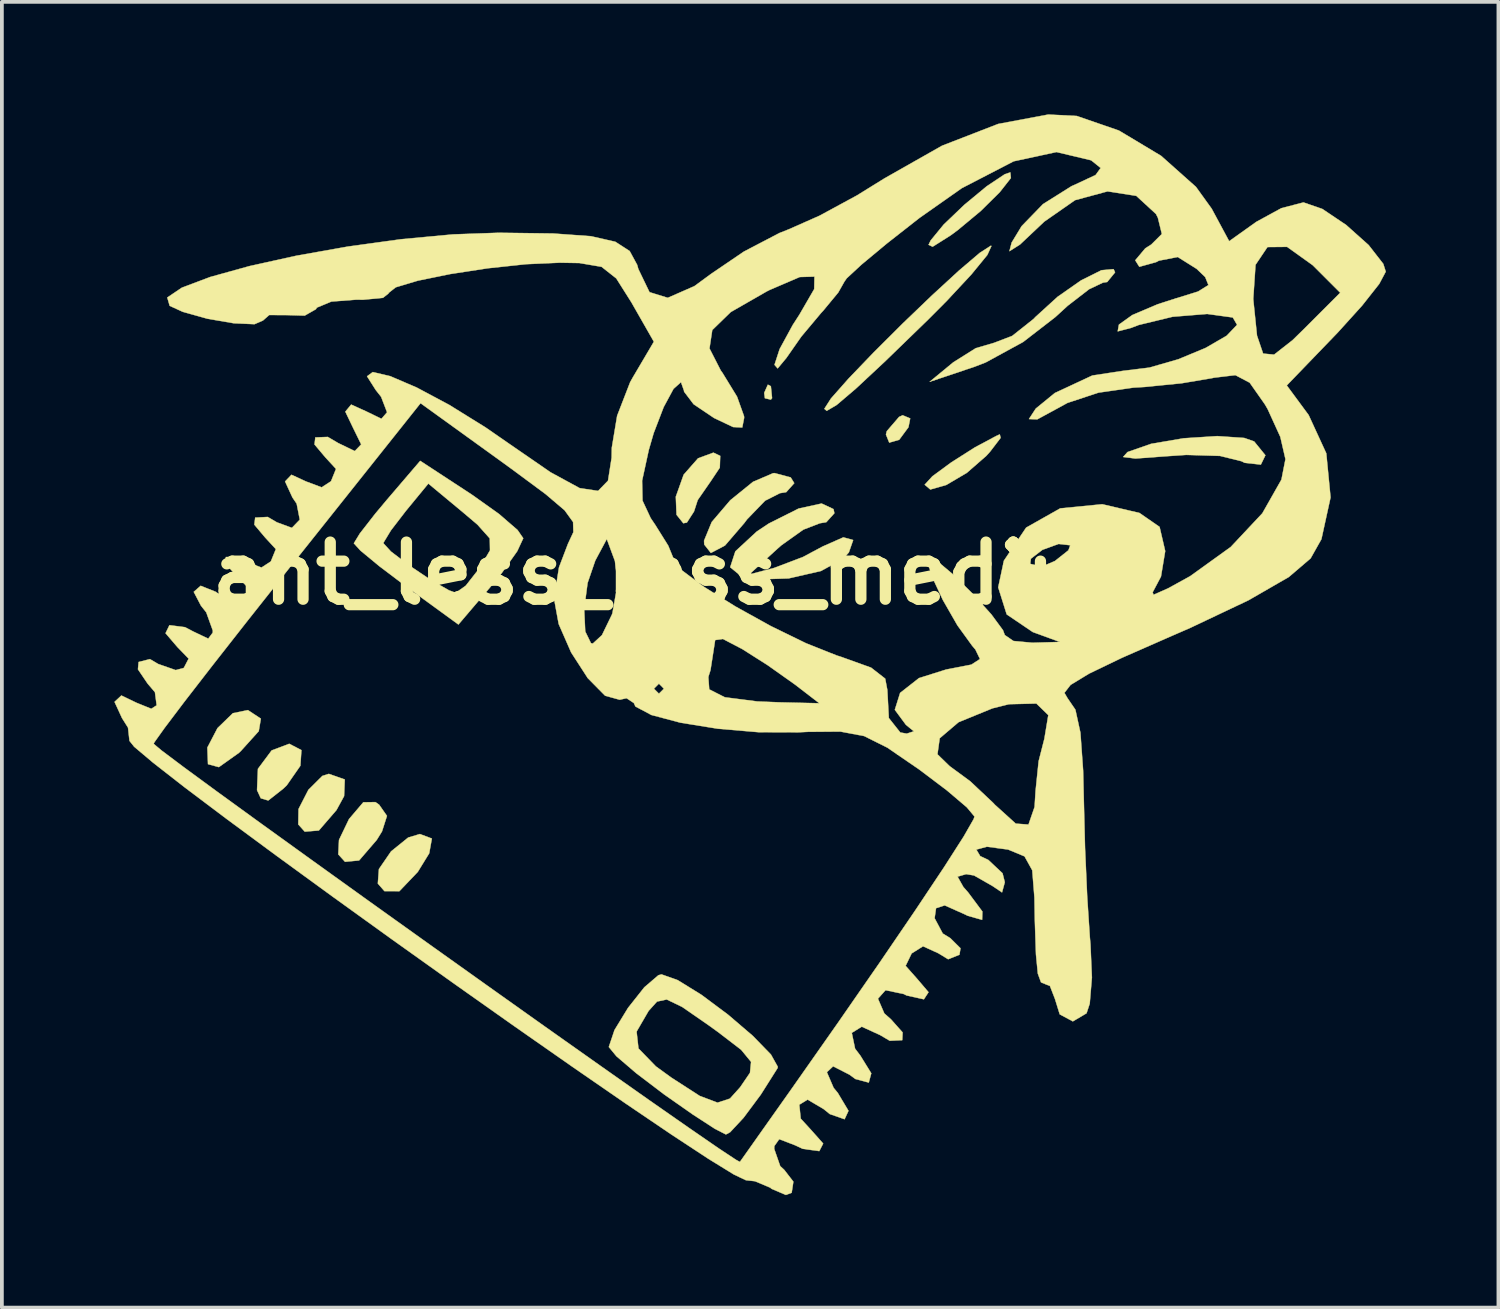
<source format=kicad_pcb>
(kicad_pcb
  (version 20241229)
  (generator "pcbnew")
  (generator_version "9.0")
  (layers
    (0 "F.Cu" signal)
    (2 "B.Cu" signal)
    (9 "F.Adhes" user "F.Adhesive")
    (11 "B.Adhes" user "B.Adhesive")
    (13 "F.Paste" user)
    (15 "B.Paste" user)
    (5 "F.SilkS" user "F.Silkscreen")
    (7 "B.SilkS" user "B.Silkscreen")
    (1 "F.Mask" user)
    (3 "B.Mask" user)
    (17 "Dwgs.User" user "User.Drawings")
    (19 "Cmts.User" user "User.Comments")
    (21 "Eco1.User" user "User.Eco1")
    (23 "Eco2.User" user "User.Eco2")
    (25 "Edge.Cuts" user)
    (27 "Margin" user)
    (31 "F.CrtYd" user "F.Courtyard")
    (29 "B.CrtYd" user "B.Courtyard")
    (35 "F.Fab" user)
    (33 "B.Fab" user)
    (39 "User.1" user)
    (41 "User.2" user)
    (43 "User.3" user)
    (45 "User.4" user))
  (footprint "ant_less_less_medium"
    (layer "F.Cu")
    (at 15.192 12.242)
    (property "Reference" "ant_less_less_medium" (at 0 0 0) (layer "F.SilkS") (effects (font (size 1.524 1.524) (thickness 0.3))))
    (attr through_hole)
    (fp_poly (pts (xy 2.317 -4.991) (xy 2.349 -4.674) (xy 2.317 -4.634) (xy 2.158 -4.671) (xy 2.139 -4.813) (xy 2.237 -5.033) (xy 2.317 -4.991)) (stroke (width 0.01) (type solid)) (fill yes) (layer "F.SilkS"))
    (fp_poly (pts (xy 6.033 -4.133) (xy 5.987 -3.899) (xy 5.739 -3.563) (xy 5.474 -3.487) (xy 5.386 -3.705) (xy 5.409 -3.793) (xy 5.736 -4.173) (xy 5.832 -4.217) (xy 6.033 -4.133)) (stroke (width 0.01) (type solid)) (fill yes) (layer "F.SilkS"))
    (fp_poly (pts (xy -11.285 3.875) (xy -11.341 4.208) (xy -11.82 4.739) (xy -11.87 4.786) (xy -12.406 5.167) (xy -12.695 5.088) (xy -12.712 4.646) (xy -12.441 4.126) (xy -12.03 3.728) (xy -11.63 3.647) (xy -11.285 3.875)) (stroke (width 0.01) (type solid)) (fill yes) (layer "F.SilkS"))
    (fp_poly (pts (xy -10.203 4.714) (xy -10.231 5.13) (xy -10.594 5.652) (xy -10.689 5.743) (xy -11.088 6.057) (xy -11.287 5.998) (xy -11.387 5.781) (xy -11.363 5.213) (xy -10.997 4.722) (xy -10.528 4.545) (xy -10.203 4.714)) (stroke (width 0.01) (type solid)) (fill yes) (layer "F.SilkS"))
    (fp_poly (pts (xy -9.047 5.497) (xy -9.065 5.94) (xy -9.269 6.314) (xy -9.738 6.857) (xy -10.114 6.888) (xy -10.287 6.695) (xy -10.28 6.285) (xy -10.017 5.772) (xy -9.645 5.402) (xy -9.472 5.347) (xy -9.047 5.497)) (stroke (width 0.01) (type solid)) (fill yes) (layer "F.SilkS"))
    (fp_poly (pts (xy -6.724 7.072) (xy -6.795 7.466) (xy -7.1 7.962) (xy -7.591 8.476) (xy -7.989 8.474) (xy -8.165 8.272) (xy -8.136 7.886) (xy -7.812 7.414) (xy -7.355 7.045) (xy -7.044 6.952) (xy -6.724 7.072)) (stroke (width 0.01) (type solid)) (fill yes) (layer "F.SilkS"))
    (fp_poly (pts (xy -8.131 6.169) (xy -7.922 6.468) (xy -8.054 6.882) (xy -8.195 7.11) (xy -8.665 7.656) (xy -9.04 7.692) (xy -9.22 7.494) (xy -9.201 7.109) (xy -8.934 6.553) (xy -8.553 6.105) (xy -8.229 6.1) (xy -8.131 6.169)) (stroke (width 0.01) (type solid)) (fill yes) (layer "F.SilkS"))
    (fp_poly (pts (xy 0.966 -3.134) (xy 0.955 -2.82) (xy 0.711 -2.454) (xy 0.366 -1.956) (xy 0.267 -1.65) (xy 0.077 -1.355) (xy -0.018 -1.337) (xy -0.199 -1.563) (xy -0.218 -2.045) (xy -0.009 -2.632) (xy 0.375 -3.069) (xy 0.785 -3.22) (xy 0.966 -3.134)) (stroke (width 0.01) (type solid)) (fill yes) (layer "F.SilkS"))
    (fp_poly (pts (xy 8.445 -3.614) (xy 8.164 -3.247) (xy 8.065 -3.137) (xy 7.544 -2.682) (xy 6.995 -2.358) (xy 6.57 -2.237) (xy 6.419 -2.365) (xy 6.625 -2.59) (xy 7.127 -2.959) (xy 7.751 -3.356) (xy 8.326 -3.664) (xy 8.422 -3.707) (xy 8.445 -3.614)) (stroke (width 0.01) (type solid)) (fill yes) (layer "F.SilkS"))
    (fp_poly (pts (xy 8.718 -10.544) (xy 8.42 -10.165) (xy 7.913 -9.664) (xy 7.297 -9.152) (xy 7.113 -9.016) (xy 6.631 -8.712) (xy 6.523 -8.763) (xy 6.578 -8.878) (xy 6.925 -9.302) (xy 7.478 -9.831) (xy 8.075 -10.325) (xy 8.554 -10.644) (xy 8.703 -10.695) (xy 8.718 -10.544)) (stroke (width 0.01) (type solid)) (fill yes) (layer "F.SilkS"))
    (fp_poly (pts (xy 14.941 -3.612) (xy 15.206 -3.519) (xy 15.506 -3.15) (xy 15.385 -2.901) (xy 14.955 -2.948) (xy 14.869 -2.991) (xy 14.295 -3.133) (xy 13.397 -3.16) (xy 12.864 -3.124) (xy 12.04 -3.063) (xy 11.712 -3.104) (xy 11.829 -3.236) (xy 12.458 -3.455) (xy 13.325 -3.603) (xy 14.223 -3.661) (xy 14.941 -3.612)) (stroke (width 0.01) (type solid)) (fill yes) (layer "F.SilkS"))
    (fp_poly (pts (xy 2.846 -2.56) (xy 2.941 -2.406) (xy 2.726 -2.166) (xy 2.558 -2.139) (xy 2.162 -1.938) (xy 1.683 -1.442) (xy 1.604 -1.337) (xy 1.093 -0.743) (xy 0.717 -0.545) (xy 0.54 -0.77) (xy 0.535 -0.872) (xy 0.74 -1.37) (xy 1.235 -1.951) (xy 1.841 -2.442) (xy 2.377 -2.672) (xy 2.417 -2.674) (xy 2.846 -2.56)) (stroke (width 0.01) (type solid)) (fill yes) (layer "F.SilkS"))
    (fp_poly (pts (xy 8.2 -8.733) (xy 8.09 -8.492) (xy 7.665 -7.973) (xy 7.002 -7.261) (xy 6.504 -6.761) (xy 5.378 -5.669) (xy 4.581 -4.925) (xy 4.072 -4.492) (xy 3.807 -4.335) (xy 3.743 -4.389) (xy 3.919 -4.663) (xy 4.387 -5.193) (xy 5.054 -5.888) (xy 5.829 -6.661) (xy 6.621 -7.421) (xy 7.338 -8.08) (xy 7.889 -8.549) (xy 8.181 -8.737) (xy 8.2 -8.733)) (stroke (width 0.01) (type solid)) (fill yes) (layer "F.SilkS"))
    (fp_poly (pts (xy 11.497 -8.028) (xy 11.287 -7.771) (xy 11.174 -7.754) (xy 10.806 -7.58) (xy 10.234 -7.138) (xy 9.904 -6.836) (xy 9.044 -6.171) (xy 8.048 -5.627) (xy 7.754 -5.513) (xy 6.551 -5.109) (xy 7.182 -5.629) (xy 7.782 -6.006) (xy 8.271 -6.149) (xy 8.754 -6.334) (xy 9.32 -6.783) (xy 9.378 -6.843) (xy 9.963 -7.376) (xy 10.591 -7.815) (xy 11.133 -8.085) (xy 11.457 -8.114) (xy 11.497 -8.028)) (stroke (width 0.01) (type solid)) (fill yes) (layer "F.SilkS"))
    (fp_poly (pts (xy 3.988 -1.714) (xy 4.011 -1.604) (xy 3.795 -1.365) (xy 3.624 -1.337) (xy 3.185 -1.168) (xy 2.599 -0.751) (xy 2.488 -0.653) (xy 1.738 0.03) (xy 2.406 -0.146) (xy 3.17 -0.436) (xy 3.7 -0.718) (xy 4.25 -0.961) (xy 4.512 -0.889) (xy 4.397 -0.559) (xy 4.243 -0.386) (xy 3.653 -0.064) (xy 2.791 0.134) (xy 1.915 0.162) (xy 1.552 0.098) (xy 1.232 -0.164) (xy 1.37 -0.588) (xy 1.938 -1.114) (xy 2.264 -1.331) (xy 3.058 -1.729) (xy 3.67 -1.863) (xy 3.988 -1.714)) (stroke (width 0.01) (type solid)) (fill yes) (layer "F.SilkS"))
    (fp_poly (pts (xy -5.661 -2.102) (xy -4.938 -1.588) (xy -4.44 -1.158) (xy -4.287 -0.936) (xy -4.447 -0.592) (xy -4.857 -0.013) (xy -5.151 0.348) (xy -6.016 1.364) (xy -7.412 0.348) (xy -8.127 -0.193) (xy -8.63 -0.609) (xy -8.805 -0.802) (xy -8.016 -0.802) (xy -7.814 -0.582) (xy -7.334 -0.216) (xy -6.759 0.17) (xy -6.27 0.451) (xy -6.089 0.518) (xy -5.822 0.33) (xy -5.447 -0.148) (xy -5.436 -0.165) (xy -5.174 -0.614) (xy -5.18 -0.933) (xy -5.508 -1.3) (xy -5.897 -1.63) (xy -6.818 -2.395) (xy -7.418 -1.665) (xy -7.817 -1.146) (xy -8.012 -0.823) (xy -8.016 -0.802) (xy -8.805 -0.802) (xy -8.645 -1.064) (xy -8.237 -1.588) (xy -7.919 -1.968) (xy -7.035 -3.001) (xy -5.661 -2.102)) (stroke (width 0.01) (type solid)) (fill yes) (layer "F.SilkS"))
    (fp_poly (pts (xy -0.168 10.848) (xy 0.466 11.24) (xy 1.175 11.769) (xy 1.834 12.333) (xy 2.319 12.832) (xy 2.503 13.162) (xy 2.493 13.198) (xy 2.048 13.902) (xy 1.588 14.52) (xy 1.23 14.904) (xy 1.118 14.964) (xy 0.825 14.814) (xy 0.23 14.428) (xy -0.535 13.892) (xy -1.274 13.33) (xy -1.802 12.878) (xy -2.005 12.631) (xy -2.005 12.631) (xy -1.867 12.22) (xy -1.264 12.22) (xy -1.214 12.67) (xy -0.749 13.149) (xy -0.334 13.45) (xy 0.421 13.937) (xy 0.895 14.116) (xy 1.226 14.007) (xy 1.499 13.703) (xy 1.76 13.32) (xy 1.789 13.028) (xy 1.524 12.705) (xy 0.903 12.229) (xy 0.652 12.048) (xy -0.05 11.562) (xy -0.461 11.364) (xy -0.72 11.42) (xy -0.944 11.669) (xy -1.264 12.22) (xy -1.867 12.22) (xy -1.855 12.182) (xy -1.493 11.589) (xy -1.058 11.039) (xy -0.684 10.718) (xy -0.599 10.695) (xy -0.168 10.848)) (stroke (width 0.01) (type solid)) (fill yes) (layer "F.SilkS"))
    (fp_poly (pts (xy 10.474 -12.199) (xy 11.598 -11.811) (xy 12.724 -11.136) (xy 13.654 -10.308) (xy 14.073 -9.727) (xy 14.54 -8.859) (xy 15.265 -9.376) (xy 15.932 -9.74) (xy 16.52 -9.893) (xy 16.523 -9.893) (xy 17.025 -9.719) (xy 17.66 -9.292) (xy 18.259 -8.757) (xy 18.65 -8.255) (xy 18.716 -8.047) (xy 18.542 -7.72) (xy 18.084 -7.14) (xy 17.439 -6.427) (xy 17.396 -6.382) (xy 16.076 -5.013) (xy 16.66 -4.222) (xy 17.13 -3.201) (xy 17.244 -2.026) (xy 17 -0.912) (xy 16.711 -0.399) (xy 16.132 0.096) (xy 15.055 0.717) (xy 13.496 1.456) (xy 13.001 1.671) (xy 11.681 2.251) (xy 10.803 2.674) (xy 10.31 2.974) (xy 10.146 3.186) (xy 10.228 3.327) (xy 10.439 3.636) (xy 10.573 4.251) (xy 10.645 5.261) (xy 10.663 6.021) (xy 10.696 7.326) (xy 10.754 8.633) (xy 10.824 9.701) (xy 10.841 9.893) (xy 10.879 10.778) (xy 10.821 11.475) (xy 10.736 11.732) (xy 10.371 11.948) (xy 10.021 11.76) (xy 9.893 11.347) (xy 9.759 11.002) (xy 9.654 10.962) (xy 9.522 10.907) (xy 9.437 10.674) (xy 9.387 10.16) (xy 9.357 9.265) (xy 9.346 8.648) (xy 9.288 7.918) (xy 9.082 7.547) (xy 8.643 7.365) (xy 8.078 7.29) (xy 7.797 7.366) (xy 7.9 7.54) (xy 8.116 7.642) (xy 8.496 7.999) (xy 8.556 8.237) (xy 8.482 8.509) (xy 8.235 8.342) (xy 7.735 8.056) (xy 7.525 8.021) (xy 7.296 8.088) (xy 7.45 8.363) (xy 7.579 8.51) (xy 7.958 9.018) (xy 7.951 9.24) (xy 7.564 9.131) (xy 7.504 9.1) (xy 6.954 8.854) (xy 6.722 8.929) (xy 6.684 9.196) (xy 6.901 9.605) (xy 7.102 9.728) (xy 7.375 9.999) (xy 7.346 10.171) (xy 7.045 10.291) (xy 6.783 10.131) (xy 6.375 9.945) (xy 6.071 10.136) (xy 5.911 10.467) (xy 6.212 10.806) (xy 6.522 11.17) (xy 6.398 11.359) (xy 5.937 11.257) (xy 5.863 11.219) (xy 5.375 11.116) (xy 5.173 11.343) (xy 5.342 11.735) (xy 5.521 11.894) (xy 5.831 12.243) (xy 5.821 12.449) (xy 5.488 12.465) (xy 5.232 12.314) (xy 4.741 12.089) (xy 4.475 12.254) (xy 4.563 12.676) (xy 4.704 12.862) (xy 4.995 13.333) (xy 4.928 13.58) (xy 4.571 13.485) (xy 4.412 13.368) (xy 3.977 13.146) (xy 3.811 13.303) (xy 3.99 13.72) (xy 4.102 13.856) (xy 4.387 14.333) (xy 4.283 14.558) (xy 3.889 14.42) (xy 3.725 14.287) (xy 3.297 14.034) (xy 3.075 14.171) (xy 3.113 14.541) (xy 3.382 14.835) (xy 3.712 15.206) (xy 3.608 15.408) (xy 3.167 15.347) (xy 2.964 15.252) (xy 2.54 15.089) (xy 2.409 15.274) (xy 2.406 15.348) (xy 2.566 15.808) (xy 2.674 15.908) (xy 2.917 16.223) (xy 2.872 16.519) (xy 2.718 16.577) (xy 2.334 16.413) (xy 2.303 16.384) (xy 1.892 16.211) (xy 1.651 16.184) (xy 1.333 16.033) (xy 0.652 15.614) (xy -0.333 14.967) (xy -1.564 14.133) (xy -2.983 13.154) (xy -4.533 12.071) (xy -6.155 10.925) (xy -7.791 9.759) (xy -9.383 8.612) (xy -10.874 7.526) (xy -12.206 6.543) (xy -13.32 5.704) (xy -14.159 5.049) (xy -14.665 4.622) (xy -14.726 4.545) (xy -14.145 4.545) (xy -13.936 4.721) (xy -13.351 5.161) (xy -12.449 5.823) (xy -11.29 6.664) (xy -9.933 7.642) (xy -8.438 8.716) (xy -6.863 9.842) (xy -5.269 10.978) (xy -3.714 12.083) (xy -2.257 13.113) (xy -0.959 14.027) (xy 0.122 14.781) (xy 0.926 15.335) (xy 1.395 15.645) (xy 1.491 15.696) (xy 1.653 15.468) (xy 2.049 14.907) (xy 2.608 14.117) (xy 2.854 13.769) (xy 4.1 11.994) (xy 5.218 10.381) (xy 6.173 8.98) (xy 6.932 7.842) (xy 7.46 7.017) (xy 7.724 6.556) (xy 7.748 6.485) (xy 7.543 6.239) (xy 7.012 5.788) (xy 6.269 5.227) (xy 6.254 5.217) (xy 5.682 4.825) (xy 6.76 4.825) (xy 7.085 5.141) (xy 7.633 5.544) (xy 8.244 6.119) (xy 8.288 6.167) (xy 8.848 6.674) (xy 9.188 6.699) (xy 9.35 6.23) (xy 9.377 5.799) (xy 9.458 5.011) (xy 9.611 4.412) (xy 9.716 3.78) (xy 9.398 3.471) (xy 8.668 3.489) (xy 8.227 3.599) (xy 7.323 3.969) (xy 6.82 4.397) (xy 6.76 4.825) (xy 5.682 4.825) (xy 5.425 4.648) (xy 4.803 4.338) (xy 4.17 4.219) (xy 3.308 4.226) (xy 3.043 4.239) (xy 1.993 4.236) (xy 0.903 4.143) (xy -0.095 3.982) (xy -0.871 3.776) (xy -1.295 3.55) (xy -1.337 3.458) (xy -1.532 3.329) (xy -1.715 3.37) (xy -2.103 3.263) (xy -2.289 3.075) (xy -0.802 3.075) (xy -0.668 3.208) (xy -0.535 3.075) (xy -0.668 2.941) (xy -0.802 3.075) (xy -2.289 3.075) (xy -2.566 2.794) (xy -2.587 2.762) (xy 0.649 2.762) (xy 0.673 3.093) (xy 1.088 3.304) (xy 1.95 3.415) (xy 2.54 3.439) (xy 3.609 3.464) (xy 2.959 2.964) (xy 2.226 2.445) (xy 1.555 2.019) (xy 1.038 1.749) (xy 0.831 1.778) (xy 0.802 1.968) (xy 0.707 2.58) (xy 0.649 2.762) (xy -2.587 2.762) (xy -3.01 2.108) (xy -3.342 1.35) (xy -3.416 0.949) (xy -2.662 0.949) (xy -2.634 1.548) (xy -2.482 1.86) (xy -2.432 1.872) (xy -2.188 1.647) (xy -1.923 1.101) (xy -1.909 1.062) (xy -1.768 0.264) (xy -1.843 -0.332) (xy -2.059 -0.916) (xy -2.366 -0.342) (xy -2.571 0.255) (xy -2.662 0.949) (xy -3.416 0.949) (xy -3.466 0.673) (xy -3.334 -0.16) (xy -3.095 -0.787) (xy -2.95 -1.099) (xy -2.958 -1.37) (xy -3.184 -1.683) (xy -3.695 -2.117) (xy -4.558 -2.756) (xy -4.88 -2.99) (xy -7.026 -4.539) (xy -10.589 -0.064) (xy -11.639 1.262) (xy -12.566 2.444) (xy -13.322 3.42) (xy -13.857 4.128) (xy -14.124 4.503) (xy -14.145 4.545) (xy -14.726 4.545) (xy -14.789 4.467) (xy -14.828 4.113) (xy -14.988 3.859) (xy -15.187 3.427) (xy -15.005 3.257) (xy -14.602 3.451) (xy -14.207 3.611) (xy -14.064 3.519) (xy -14.11 3.168) (xy -14.304 2.941) (xy -14.563 2.559) (xy -14.545 2.363) (xy -14.243 2.287) (xy -14.025 2.416) (xy -13.556 2.58) (xy -13.34 2.522) (xy -13.211 2.274) (xy -13.509 1.967) (xy -13.827 1.596) (xy -13.723 1.382) (xy -13.308 1.435) (xy -13.089 1.55) (xy -12.688 1.741) (xy -12.568 1.581) (xy -12.566 1.526) (xy -12.741 1.04) (xy -12.883 0.86) (xy -13.075 0.493) (xy -12.89 0.331) (xy -12.481 0.495) (xy -12.451 0.52) (xy -11.976 0.705) (xy -11.735 0.651) (xy -11.606 0.402) (xy -11.905 0.096) (xy -12.219 -0.246) (xy -12.219 -0.436) (xy -11.899 -0.442) (xy -11.684 -0.312) (xy -11.268 -0.156) (xy -11.019 -0.318) (xy -10.885 -0.647) (xy -11.172 -0.958) (xy -11.459 -1.299) (xy -11.436 -1.487) (xy -11.102 -1.505) (xy -10.859 -1.362) (xy -10.457 -1.214) (xy -10.247 -1.432) (xy -10.33 -1.859) (xy -10.442 -2.023) (xy -10.639 -2.451) (xy -10.469 -2.63) (xy -10.08 -2.451) (xy -9.664 -2.295) (xy -9.414 -2.457) (xy -9.281 -2.786) (xy -9.567 -3.097) (xy -9.854 -3.438) (xy -9.832 -3.626) (xy -9.5 -3.639) (xy -9.224 -3.476) (xy -8.78 -3.262) (xy -8.609 -3.44) (xy -8.823 -3.877) (xy -9.032 -4.313) (xy -8.876 -4.502) (xy -8.471 -4.318) (xy -8.069 -4.123) (xy -7.919 -4.296) (xy -8.077 -4.708) (xy -8.221 -4.891) (xy -8.453 -5.256) (xy -8.3 -5.369) (xy -7.836 -5.26) (xy -7.131 -4.958) (xy -6.258 -4.492) (xy -5.288 -3.89) (xy -4.679 -3.468) (xy -3.559 -2.696) (xy -2.783 -2.274) (xy -2.291 -2.2) (xy -2.027 -2.471) (xy -2.026 -2.473) (xy -1.117 -2.473) (xy -1.106 -1.94) (xy -0.888 -1.473) (xy -0.768 -1.296) (xy -0.42 -0.739) (xy -0.268 -0.368) (xy -0.267 -0.359) (xy -0.044 -0.072) (xy 0.542 0.365) (xy 1.37 0.881) (xy 2.315 1.405) (xy 3.256 1.864) (xy 4.069 2.188) (xy 4.184 2.224) (xy 4.99 2.514) (xy 5.366 2.807) (xy 5.423 3.109) (xy 5.463 3.858) (xy 5.768 4.243) (xy 5.941 4.274) (xy 6.131 4.212) (xy 5.92 4.04) (xy 5.623 3.638) (xy 5.764 3.188) (xy 6.267 2.793) (xy 6.993 2.564) (xy 7.664 2.434) (xy 7.894 2.284) (xy 7.772 2.031) (xy 7.686 1.93) (xy 7.292 1.386) (xy 6.903 0.708) (xy 6.605 0.068) (xy 6.483 -0.365) (xy 6.502 -0.442) (xy 6.736 -0.343) (xy 7.184 0.034) (xy 7.715 0.558) (xy 8.199 1.096) (xy 8.508 1.516) (xy 8.556 1.645) (xy 8.786 1.803) (xy 9.291 1.85) (xy 10.026 1.829) (xy 9.303 1.565) (xy 8.607 1.094) (xy 8.38 0.373) (xy 8.514 -0.254) (xy 9.233 -0.254) (xy 9.546 -0.182) (xy 9.893 -0.33) (xy 10.252 -0.615) (xy 10.302 -0.75) (xy 9.99 -0.785) (xy 9.559 -0.628) (xy 9.252 -0.392) (xy 9.233 -0.254) (xy 8.514 -0.254) (xy 8.532 -0.339) (xy 9.125 -1.22) (xy 10.034 -1.734) (xy 11.155 -1.844) (xy 12.148 -1.611) (xy 12.684 -1.24) (xy 12.834 -0.595) (xy 12.721 0.086) (xy 12.499 0.505) (xy 12.523 0.571) (xy 12.915 0.397) (xy 13.502 0.073) (xy 14.581 -0.704) (xy 15.424 -1.602) (xy 15.934 -2.501) (xy 16.041 -3.047) (xy 15.904 -3.641) (xy 15.568 -4.378) (xy 15.492 -4.509) (xy 15.087 -5.086) (xy 14.705 -5.287) (xy 14.135 -5.219) (xy 14.089 -5.208) (xy 13.272 -5.07) (xy 12.277 -4.971) (xy 11.986 -4.954) (xy 11.054 -4.82) (xy 10.228 -4.547) (xy 10.024 -4.435) (xy 9.422 -4.108) (xy 9.2 -4.116) (xy 9.382 -4.395) (xy 9.889 -4.81) (xy 10.89 -5.277) (xy 11.705 -5.401) (xy 12.411 -5.488) (xy 13.186 -5.711) (xy 13.912 -6.013) (xy 14.473 -6.338) (xy 14.751 -6.629) (xy 14.637 -6.825) (xy 13.954 -6.919) (xy 13.031 -6.844) (xy 12.127 -6.625) (xy 11.921 -6.546) (xy 11.567 -6.454) (xy 11.6 -6.635) (xy 11.955 -6.889) (xy 12.632 -7.177) (xy 12.995 -7.294) (xy 13.065 -7.316) (xy 15.182 -7.316) (xy 15.282 -6.342) (xy 15.445 -5.862) (xy 15.738 -5.834) (xy 16.228 -6.218) (xy 16.516 -6.499) (xy 17.502 -7.485) (xy 16.769 -8.218) (xy 16.085 -8.708) (xy 15.561 -8.703) (xy 15.243 -8.23) (xy 15.182 -7.316) (xy 13.065 -7.316) (xy 13.71 -7.517) (xy 13.987 -7.689) (xy 13.901 -7.903) (xy 13.672 -8.122) (xy 13.168 -8.438) (xy 12.665 -8.34) (xy 12.589 -8.3) (xy 12.144 -8.177) (xy 12.035 -8.35) (xy 12.302 -8.668) (xy 12.463 -8.771) (xy 12.745 -9.051) (xy 12.638 -9.487) (xy 12.587 -9.586) (xy 12.062 -10.069) (xy 11.296 -10.188) (xy 10.43 -9.954) (xy 9.605 -9.379) (xy 9.584 -9.358) (xy 8.961 -8.77) (xy 8.679 -8.592) (xy 8.739 -8.823) (xy 9.005 -9.261) (xy 9.574 -9.848) (xy 10.336 -10.327) (xy 10.402 -10.356) (xy 10.978 -10.625) (xy 11.113 -10.812) (xy 10.869 -11.009) (xy 10.851 -11.019) (xy 9.935 -11.237) (xy 8.792 -10.99) (xy 7.411 -10.275) (xy 6.279 -9.479) (xy 5.412 -8.799) (xy 4.735 -8.236) (xy 4.34 -7.87) (xy 4.278 -7.781) (xy 4.114 -7.491) (xy 3.713 -7.006) (xy 3.659 -6.948) (xy 3.127 -6.313) (xy 2.732 -5.747) (xy 2.498 -5.466) (xy 2.414 -5.562) (xy 2.551 -5.983) (xy 2.903 -6.629) (xy 3.077 -6.898) (xy 3.473 -7.582) (xy 3.48 -7.915) (xy 3.087 -7.904) (xy 2.283 -7.559) (xy 2.208 -7.521) (xy 1.248 -6.97) (xy 0.754 -6.49) (xy 0.68 -5.999) (xy 0.98 -5.412) (xy 1.027 -5.347) (xy 1.415 -4.713) (xy 1.601 -4.193) (xy 1.604 -4.148) (xy 1.554 -3.891) (xy 1.309 -3.903) (xy 0.802 -4.144) (xy 0.257 -4.511) (xy 0.002 -4.847) (xy 0 -4.873) (xy -0.08 -5.1) (xy -0.28 -4.921) (xy -0.542 -4.435) (xy -0.809 -3.74) (xy -0.939 -3.292) (xy -1.117 -2.473) (xy -2.026 -2.473) (xy -1.93 -3.085) (xy -1.925 -3.352) (xy -1.783 -4.204) (xy -1.436 -5.099) (xy -1.364 -5.228) (xy -0.803 -6.179) (xy -1.404 -7.231) (xy -1.806 -7.867) (xy -2.198 -8.176) (xy -2.791 -8.277) (xy -3.311 -8.286) (xy -4.215 -8.246) (xy -5.233 -8.137) (xy -6.235 -7.983) (xy -7.096 -7.807) (xy -7.687 -7.63) (xy -7.881 -7.477) (xy -7.876 -7.469) (xy -8.028 -7.349) (xy -8.557 -7.298) (xy -8.739 -7.3) (xy -9.404 -7.249) (xy -9.791 -7.088) (xy -9.817 -7.045) (xy -10.115 -6.875) (xy -10.57 -6.888) (xy -11.062 -6.891) (xy -11.229 -6.744) (xy -11.455 -6.646) (xy -12.009 -6.671) (xy -12.708 -6.791) (xy -13.368 -6.976) (xy -13.717 -7.136) (xy -13.781 -7.357) (xy -13.393 -7.619) (xy -12.637 -7.904) (xy -11.593 -8.194) (xy -10.341 -8.471) (xy -8.965 -8.716) (xy -7.543 -8.912) (xy -6.159 -9.041) (xy -4.946 -9.084) (xy -3.491 -9.065) (xy -2.482 -8.992) (xy -1.831 -8.844) (xy -1.449 -8.597) (xy -1.249 -8.229) (xy -1.218 -8.118) (xy -0.92 -7.5) (xy -0.433 -7.349) (xy 0.278 -7.661) (xy 0.722 -7.987) (xy 1.597 -8.582) (xy 2.545 -9.077) (xy 2.807 -9.181) (xy 3.619 -9.541) (xy 4.614 -10.081) (xy 5.347 -10.535) (xy 6.883 -11.406) (xy 8.378 -11.986) (xy 9.715 -12.237) (xy 10.474 -12.199)) (stroke (width 0.01) (type solid)) (fill yes) (layer "F.SilkS")))
  (gr_rect
    (start -3 -3)
    (end 36.913 31.824)
    (stroke (width 0.1) (type default))
    (fill no)
    (layer "Edge.Cuts")))
</source>
